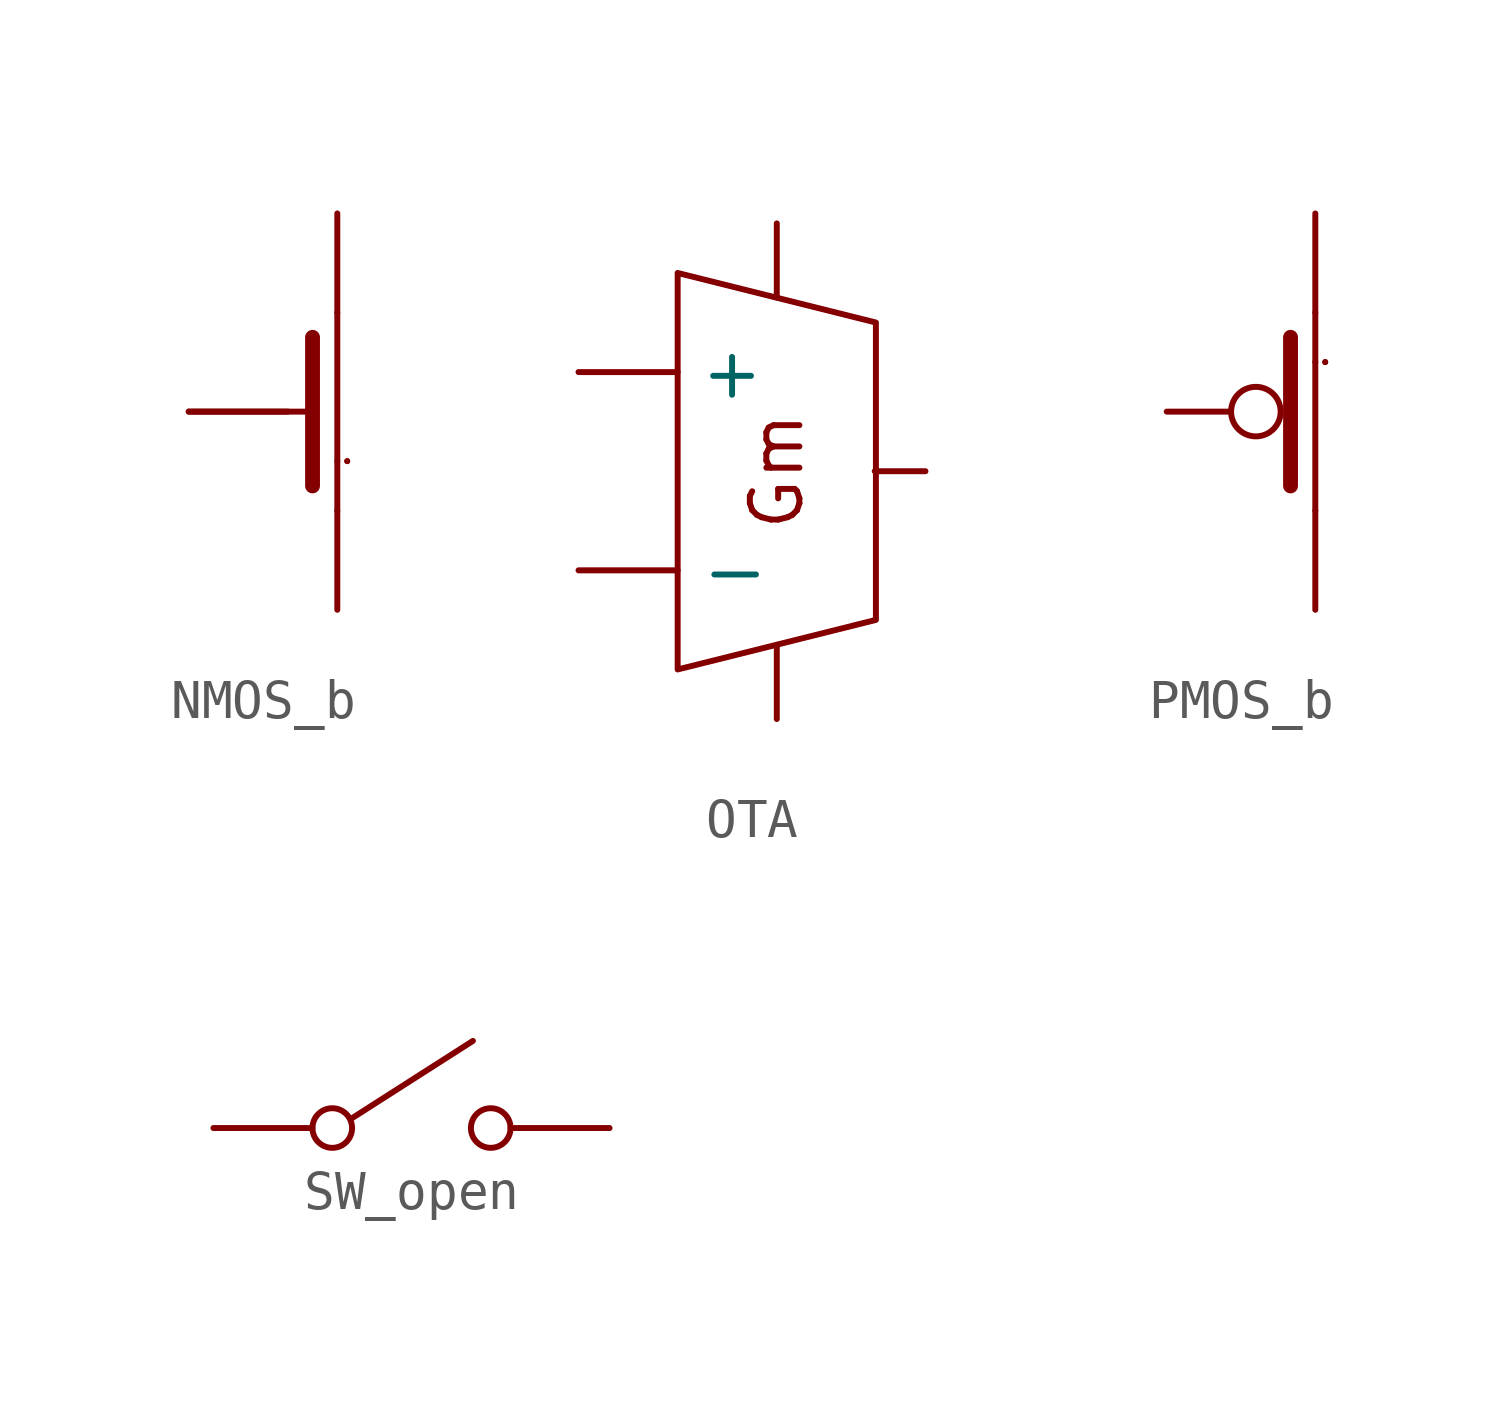
<source format=kicad_sym>
(kicad_symbol_lib
  (version 20231120)
  (generator "kicad_symbol_editor")
  (generator_version "8.0")
  (symbol "NMOS_b"
    (property "Reference" "U"
      (at 0 0 0)
      (effects (font (size 1.27 1.27)) (hide yes)))
    (property "Value" ""
      (at 0 0 0)
      (effects (font (size 1.27 1.27))))
    (symbol "NMOS_b_0_1"
      (polyline (pts (xy 0 0) (xy 3.175 0)) (stroke (width 0.152) (type default)) (fill (type none)))
      (polyline (pts (xy 3.81 -2.54) (xy 3.81 2.54)) (stroke (width 0) (type default)) (fill (type none)))
      (polyline (pts (xy 4.064 -1.27) (xy 4.064 -1.27)) (stroke (width 0.152) (type default)) (fill (type none)))
      (polyline (pts (xy 4.064 -1.27) (xy 4.064 -1.27)) (stroke (width 0.152) (type default)) (fill (type none))))
    (symbol "NMOS_b_1_1"
      (polyline (pts (xy 3.81 -1.27) (xy 3.81 -1.27)) (stroke (width 0) (type default)) (fill (type none)))
      (polyline (pts (xy 3.175 1.905) (xy 3.175 -1.905) (xy 3.175 -1.905)) (stroke (width 0.381) (type default)) (fill (type none)))
      (pin input line (at 0 0 0) (length 2.54) (name "" (effects (font (size 1.27 1.27)))) (number "" (effects (font (size 1.27 1.27)))))
      (pin input line (at 3.81 -5.08 90) (length 2.54) (name "" (effects (font (size 1.27 1.27)))) (number "" (effects (font (size 1.27 1.27)))))
      (pin input line (at 3.81 5.08 270) (length 2.54) (name "" (effects (font (size 1.27 1.27)))) (number "" (effects (font (size 1.27 1.27)))))))
  (symbol "OTA"
    (property "Reference" "U"
      (at 0 0 0)
      (effects (font (size 1.27 1.27)) (hide yes)))
    (property "Value" ""
      (at 0 0 0)
      (effects (font (size 1.27 1.27))))
    (symbol "OTA_0_1"
      (polyline (pts (xy 2.54 -2.54) (xy 2.54 7.62) (xy 7.62 6.35) (xy 7.62 -1.27) (xy 2.54 -2.54)) (stroke (width 0) (type default)) (fill (type none))))
    (symbol "OTA_1_1"
      (text "Gm" (at 5.08 2.54 900) (effects (font (size 1.27 1.27))))
      (pin power_in line (at 5.08 -3.81 90) (length 1.9) (name "" (effects (font (size 1.27 1.27)))) (number "" (effects (font (size 1.27 1.27)))))
      (pin power_in line (at 5.08 8.89 270) (length 1.9) (name "" (effects (font (size 1.27 1.27)))) (number "" (effects (font (size 1.27 1.27)))))
      (pin output line (at 8.89 2.54 180) (length 1.3) (name "" (effects (font (size 1.27 1.27)))) (number "" (effects (font (size 1.27 1.27)))))
      (pin input line (at 0 5.08 0) (length 2.54) (name "+" (effects (font (size 1.27 1.27)))) (number "" (effects (font (size 1.905 1.905)))))
      (pin input line (at 0 0 0) (length 2.54) (name "-" (effects (font (size 1.397 1.397)))) (number "" (effects (font (size 1.27 1.27)))))))
  (symbol "PMOS_b"
    (property "Reference" "U"
      (at 0 0 0)
      (effects (font (size 1.27 1.27)) (hide yes)))
    (property "Value" ""
      (at 0 0 0)
      (effects (font (size 1.27 1.27))))
    (symbol "PMOS_b_0_1"
      (polyline (pts (xy 3.81 -2.54) (xy 3.81 2.54)) (stroke (width 0) (type default)) (fill (type none)))
      (polyline (pts (xy 4.064 1.27) (xy 4.064 1.27)) (stroke (width 0.152) (type default)) (fill (type none)))
      (polyline (pts (xy 4.064 1.27) (xy 4.064 1.27)) (stroke (width 0.152) (type default)) (fill (type none))))
    (symbol "PMOS_b_1_1"
      (polyline (pts (xy 3.81 1.27) (xy 3.81 1.27)) (stroke (width 0) (type default)) (fill (type none)))
      (polyline (pts (xy 3.175 -1.905) (xy 3.175 1.905) (xy 3.175 1.905)) (stroke (width 0.381) (type default)) (fill (type none)))
      (pin input inverted (at 0 0 0) (length 2.921) (name "" (effects (font (size 0 0)))) (number "" (effects (font (size 0 0)))))
      (pin input line (at 3.81 -5.08 90) (length 2.54) (name "" (effects (font (size 1.27 1.27)))) (number "" (effects (font (size 1.27 1.27)))))
      (pin input line (at 3.81 5.08 270) (length 2.54) (name "" (effects (font (size 1.27 1.27)))) (number "" (effects (font (size 1.27 1.27)))))))
  (symbol "SW_open"
    (property "Reference" "U"
      (at 0 0 0)
      (effects (font (size 1.27 1.27)) (hide yes)))
    (property "Value" ""
      (at 0 0 0)
      (effects (font (size 1.27 1.27))))
    (symbol "SW_open_0_0"
      (circle (center -0.762 0) (radius 0.508) (stroke (width 0) (type default)) (fill (type none)))
      (circle (center 3.302 0) (radius 0.508) (stroke (width 0) (type default)) (fill (type none))))
    (symbol "SW_open_0_1"
      (polyline (pts (xy -0.254 0.254) (xy 2.845 2.235)) (stroke (width 0) (type default)) (fill (type none))))
    (symbol "SW_open_1_1"
      (pin passive line (at -3.81 0 0) (length 2.54) (name "" (effects (font (size 1.27 1.27)))) (number "" (effects (font (size 1.27 1.27)))))
      (pin passive line (at 6.35 0 180) (length 2.54) (name "" (effects (font (size 1.27 1.27)))) (number "" (effects (font (size 1.27 1.27))))))))
</source>
